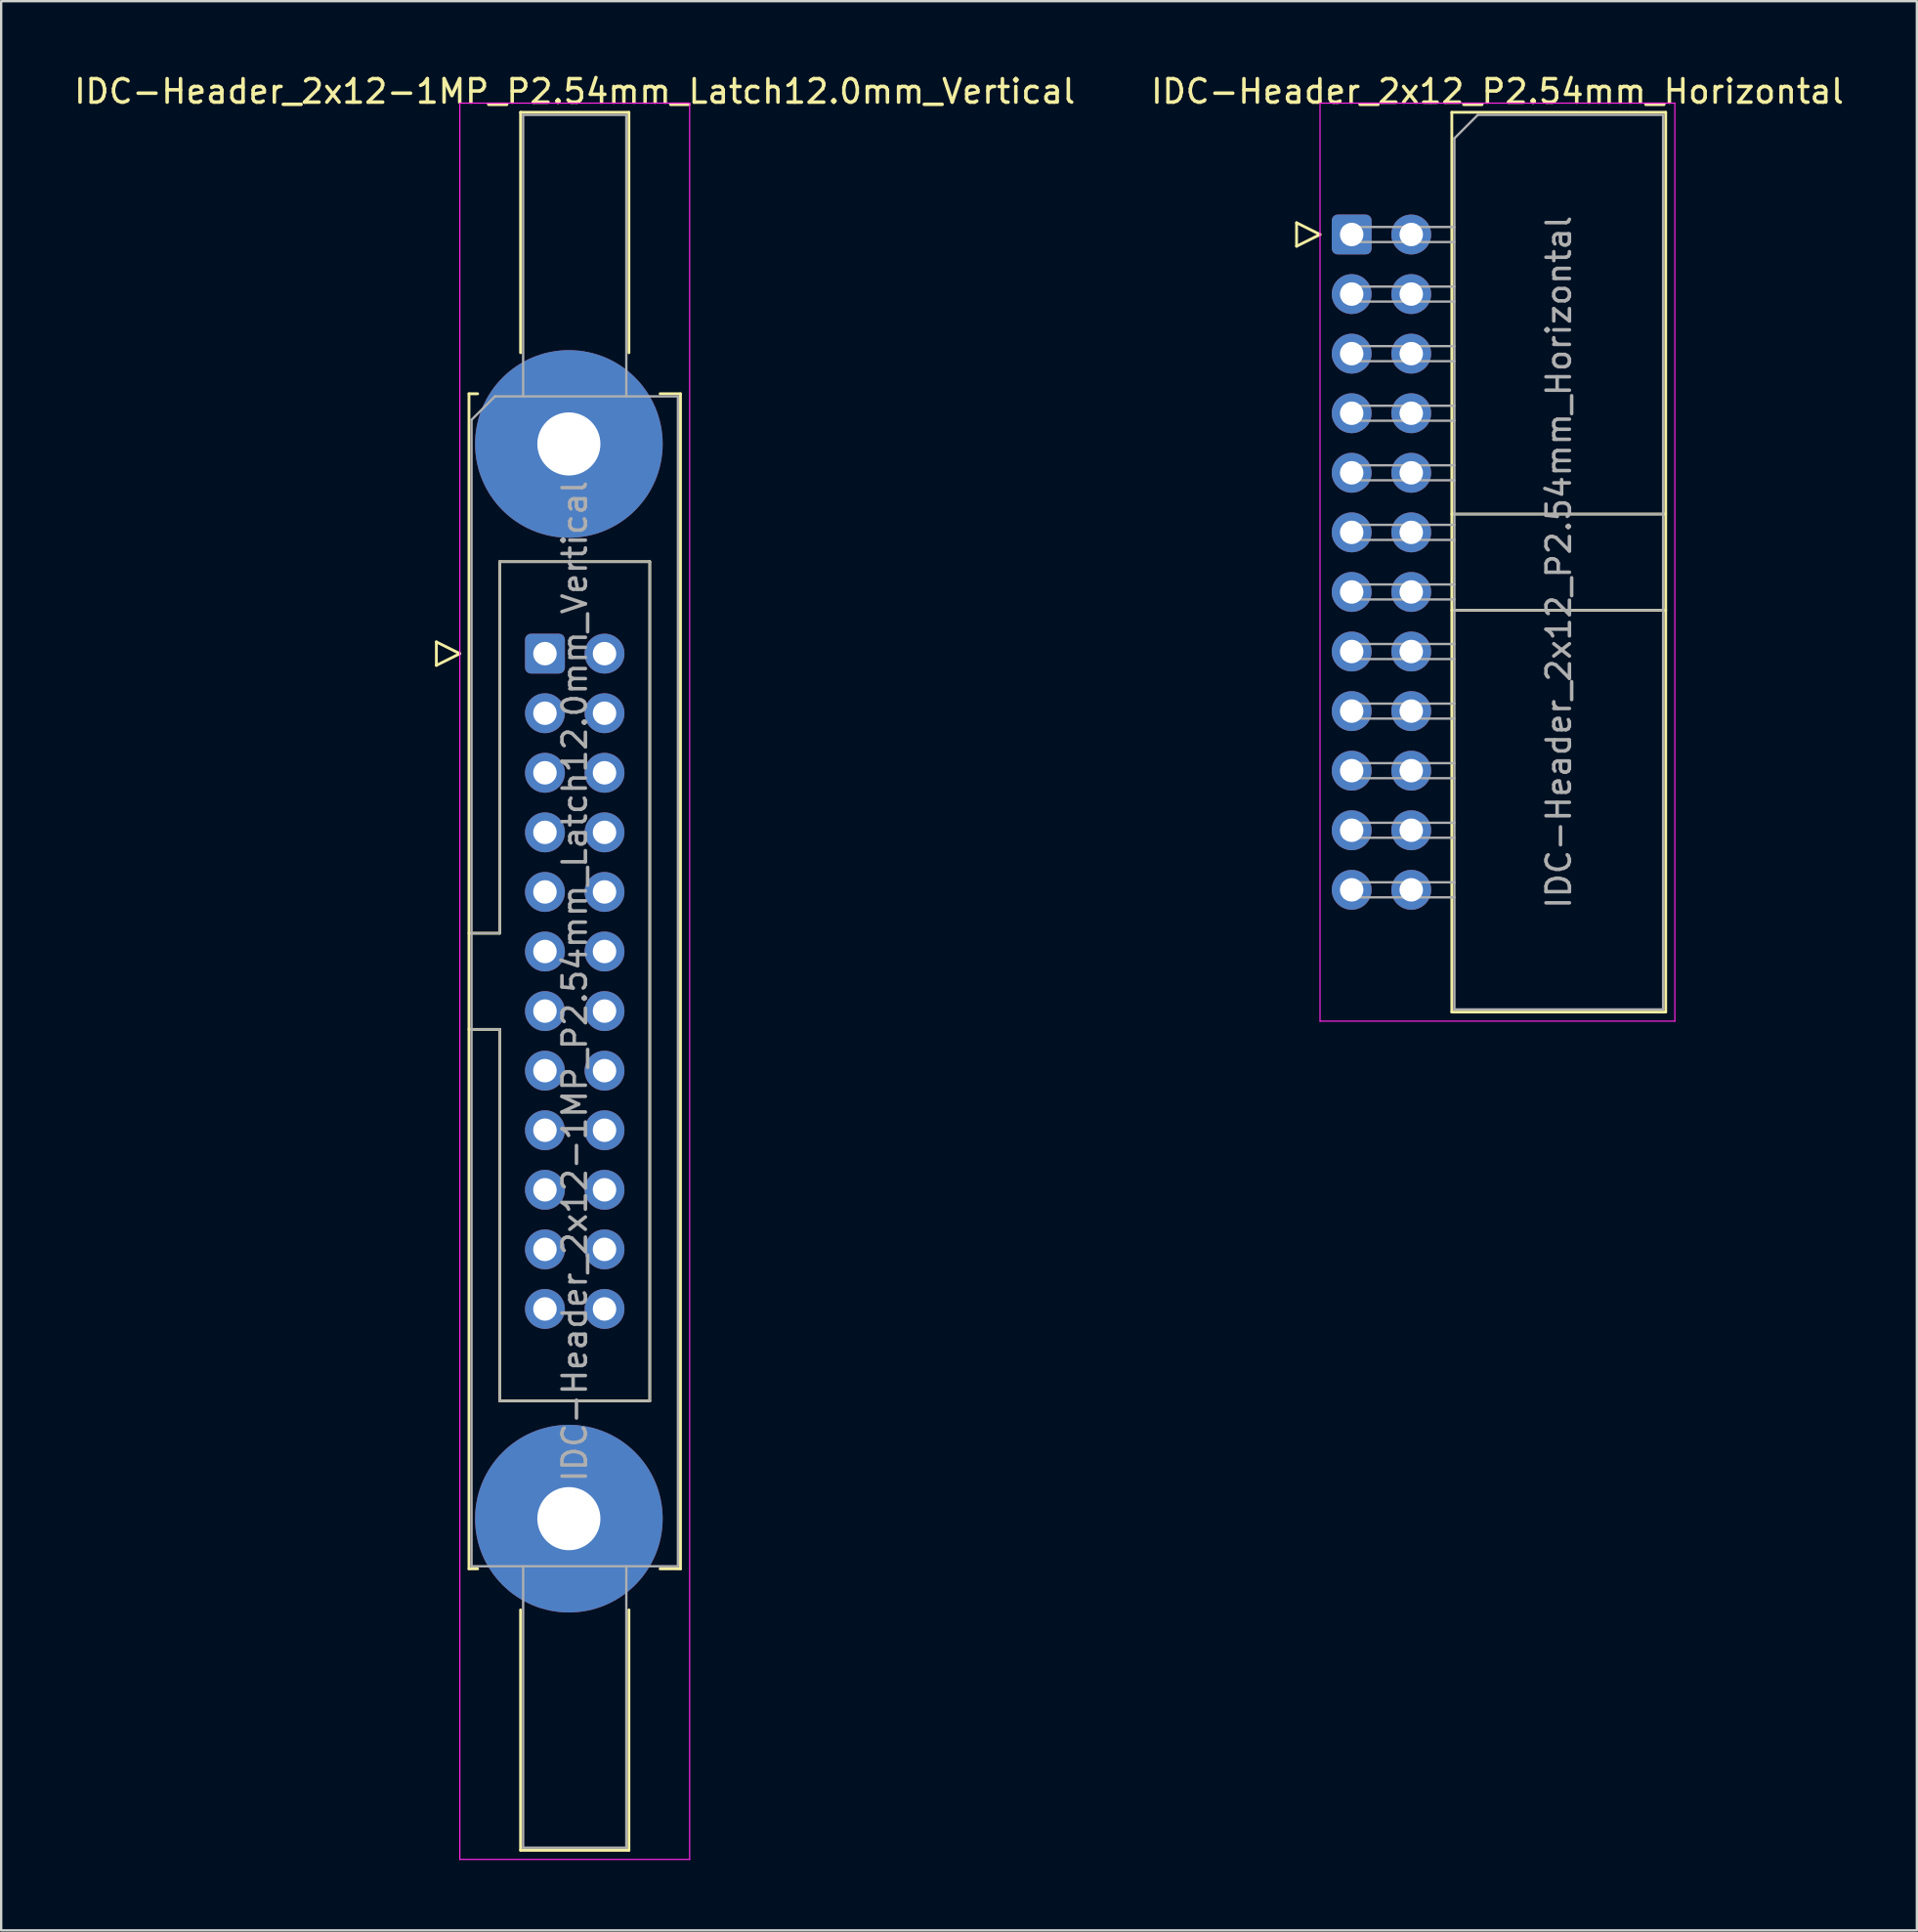
<source format=kicad_pcb>
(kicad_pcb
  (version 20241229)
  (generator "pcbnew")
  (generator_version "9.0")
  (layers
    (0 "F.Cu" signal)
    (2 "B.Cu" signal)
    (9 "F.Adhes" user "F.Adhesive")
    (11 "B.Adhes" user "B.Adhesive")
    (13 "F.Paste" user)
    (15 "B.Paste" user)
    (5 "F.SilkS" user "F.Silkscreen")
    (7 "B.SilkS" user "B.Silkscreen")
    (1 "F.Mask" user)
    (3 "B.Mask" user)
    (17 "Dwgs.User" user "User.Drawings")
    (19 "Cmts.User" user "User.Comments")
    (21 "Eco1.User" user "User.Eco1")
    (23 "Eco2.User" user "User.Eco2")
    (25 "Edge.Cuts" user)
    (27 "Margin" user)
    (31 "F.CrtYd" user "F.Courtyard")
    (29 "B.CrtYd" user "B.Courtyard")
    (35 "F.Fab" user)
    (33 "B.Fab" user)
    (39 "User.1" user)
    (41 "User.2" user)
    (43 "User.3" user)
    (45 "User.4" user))
  (footprint "IDC-Header_2x12-1MP_P2.54mm_Latch12.0mm_Vertical"
    (layer "F.Cu")
    (at 20.188 24.818)
    (property "Reference" "IDC-Header_2x12-1MP_P2.54mm_Latch12.0mm_Vertical" (at 1.27 -23.97 0) (layer "F.SilkS") (effects (font (size 1 1) (thickness 0.15))))
    (attr through_hole)
    (fp_line (start -4.63 -0.5) (end -4.63 0.5) (stroke (width 0.12) (type solid)) (layer "F.SilkS"))
    (fp_line (start -4.63 0.5) (end -3.63 0) (stroke (width 0.12) (type solid)) (layer "F.SilkS"))
    (fp_line (start -3.63 0) (end -4.63 -0.5) (stroke (width 0.12) (type solid)) (layer "F.SilkS"))
    (fp_line (start -3.24 -11.08) (end -3.24 39.02) (stroke (width 0.12) (type solid)) (layer "F.SilkS"))
    (fp_line (start -3.24 11.92) (end -1.93 11.92) (stroke (width 0.12) (type solid)) (layer "F.SilkS"))
    (fp_line (start -3.24 39.02) (end -2.87 39.02) (stroke (width 0.12) (type solid)) (layer "F.SilkS"))
    (fp_line (start -2.87 -11.08) (end -3.24 -11.08) (stroke (width 0.12) (type solid)) (layer "F.SilkS"))
    (fp_line (start -1.93 -3.92) (end 4.47 -3.92) (stroke (width 0.12) (type solid)) (layer "F.SilkS"))
    (fp_line (start -1.93 11.92) (end -1.93 -3.92) (stroke (width 0.12) (type solid)) (layer "F.SilkS"))
    (fp_line (start -1.93 16.02) (end -3.24 16.02) (stroke (width 0.12) (type solid)) (layer "F.SilkS"))
    (fp_line (start -1.93 16.02) (end -1.93 16.02) (stroke (width 0.12) (type solid)) (layer "F.SilkS"))
    (fp_line (start -1.93 31.86) (end -1.93 16.02) (stroke (width 0.12) (type solid)) (layer "F.SilkS"))
    (fp_line (start -1.04 -23.08) (end 3.58 -23.08) (stroke (width 0.12) (type solid)) (layer "F.SilkS"))
    (fp_line (start -1.04 -12.83) (end -1.04 -23.08) (stroke (width 0.12) (type solid)) (layer "F.SilkS"))
    (fp_line (start -1.04 40.77) (end -1.04 51.02) (stroke (width 0.12) (type solid)) (layer "F.SilkS"))
    (fp_line (start -1.04 51.02) (end 3.58 51.02) (stroke (width 0.12) (type solid)) (layer "F.SilkS"))
    (fp_line (start 3.58 -23.08) (end 3.58 -12.83) (stroke (width 0.12) (type solid)) (layer "F.SilkS"))
    (fp_line (start 3.58 51.02) (end 3.58 40.77) (stroke (width 0.12) (type solid)) (layer "F.SilkS"))
    (fp_line (start 4.47 -3.92) (end 4.47 31.86) (stroke (width 0.12) (type solid)) (layer "F.SilkS"))
    (fp_line (start 4.47 31.86) (end -1.93 31.86) (stroke (width 0.12) (type solid)) (layer "F.SilkS"))
    (fp_line (start 4.91 -11.08) (end 5.78 -11.08) (stroke (width 0.12) (type solid)) (layer "F.SilkS"))
    (fp_line (start 5.78 -11.08) (end 5.78 39.02) (stroke (width 0.12) (type solid)) (layer "F.SilkS"))
    (fp_line (start 5.78 39.02) (end 4.91 39.02) (stroke (width 0.12) (type solid)) (layer "F.SilkS"))
    (fp_line (start -3.63 -23.47) (end -3.63 51.41) (stroke (width 0.05) (type solid)) (layer "F.CrtYd"))
    (fp_line (start -3.63 51.41) (end 6.17 51.41) (stroke (width 0.05) (type solid)) (layer "F.CrtYd"))
    (fp_line (start 6.17 -23.47) (end -3.63 -23.47) (stroke (width 0.05) (type solid)) (layer "F.CrtYd"))
    (fp_line (start 6.17 51.41) (end 6.17 -23.47) (stroke (width 0.05) (type solid)) (layer "F.CrtYd"))
    (fp_line (start -3.13 -9.97) (end -2.13 -10.97) (stroke (width 0.1) (type solid)) (layer "F.Fab"))
    (fp_line (start -3.13 11.92) (end -1.93 11.92) (stroke (width 0.1) (type solid)) (layer "F.Fab"))
    (fp_line (start -3.13 38.91) (end -3.13 -9.97) (stroke (width 0.1) (type solid)) (layer "F.Fab"))
    (fp_line (start -2.13 -10.97) (end 5.67 -10.97) (stroke (width 0.1) (type solid)) (layer "F.Fab"))
    (fp_line (start -1.93 -3.92) (end 4.47 -3.92) (stroke (width 0.1) (type solid)) (layer "F.Fab"))
    (fp_line (start -1.93 11.92) (end -1.93 -3.92) (stroke (width 0.1) (type solid)) (layer "F.Fab"))
    (fp_line (start -1.93 16.02) (end -3.13 16.02) (stroke (width 0.1) (type solid)) (layer "F.Fab"))
    (fp_line (start -1.93 16.02) (end -1.93 16.02) (stroke (width 0.1) (type solid)) (layer "F.Fab"))
    (fp_line (start -1.93 31.86) (end -1.93 16.02) (stroke (width 0.1) (type solid)) (layer "F.Fab"))
    (fp_line (start -0.93 -22.97) (end 3.47 -22.97) (stroke (width 0.1) (type solid)) (layer "F.Fab"))
    (fp_line (start -0.93 -10.97) (end -0.93 -22.97) (stroke (width 0.1) (type solid)) (layer "F.Fab"))
    (fp_line (start -0.93 38.91) (end -0.93 50.91) (stroke (width 0.1) (type solid)) (layer "F.Fab"))
    (fp_line (start -0.93 50.91) (end 3.47 50.91) (stroke (width 0.1) (type solid)) (layer "F.Fab"))
    (fp_line (start 3.47 -22.97) (end 3.47 -10.97) (stroke (width 0.1) (type solid)) (layer "F.Fab"))
    (fp_line (start 3.47 50.91) (end 3.47 38.91) (stroke (width 0.1) (type solid)) (layer "F.Fab"))
    (fp_line (start 4.47 -3.92) (end 4.47 31.86) (stroke (width 0.1) (type solid)) (layer "F.Fab"))
    (fp_line (start 4.47 31.86) (end -1.93 31.86) (stroke (width 0.1) (type solid)) (layer "F.Fab"))
    (fp_line (start 5.67 -10.97) (end 5.67 38.91) (stroke (width 0.1) (type solid)) (layer "F.Fab"))
    (fp_line (start 5.67 38.91) (end -3.13 38.91) (stroke (width 0.1) (type solid)) (layer "F.Fab"))
    (fp_text user "${REFERENCE}" (at 1.27 13.97 90) (layer "F.Fab") (effects (font (size 1 1) (thickness 0.15))))
    (pad "1" thru_hole roundrect (at 0 0) (size 1.7 1.7) (drill 1) (layers "*.Cu" "*.Mask") (roundrect_rratio 0.147))
    (pad "2" thru_hole circle (at 2.54 0) (size 1.7 1.7) (drill 1) (layers "*.Cu" "*.Mask"))
    (pad "3" thru_hole circle (at 0 2.54) (size 1.7 1.7) (drill 1) (layers "*.Cu" "*.Mask"))
    (pad "4" thru_hole circle (at 2.54 2.54) (size 1.7 1.7) (drill 1) (layers "*.Cu" "*.Mask"))
    (pad "5" thru_hole circle (at 0 5.08) (size 1.7 1.7) (drill 1) (layers "*.Cu" "*.Mask"))
    (pad "6" thru_hole circle (at 2.54 5.08) (size 1.7 1.7) (drill 1) (layers "*.Cu" "*.Mask"))
    (pad "7" thru_hole circle (at 0 7.62) (size 1.7 1.7) (drill 1) (layers "*.Cu" "*.Mask"))
    (pad "8" thru_hole circle (at 2.54 7.62) (size 1.7 1.7) (drill 1) (layers "*.Cu" "*.Mask"))
    (pad "9" thru_hole circle (at 0 10.16) (size 1.7 1.7) (drill 1) (layers "*.Cu" "*.Mask"))
    (pad "10" thru_hole circle (at 2.54 10.16) (size 1.7 1.7) (drill 1) (layers "*.Cu" "*.Mask"))
    (pad "11" thru_hole circle (at 0 12.7) (size 1.7 1.7) (drill 1) (layers "*.Cu" "*.Mask"))
    (pad "12" thru_hole circle (at 2.54 12.7) (size 1.7 1.7) (drill 1) (layers "*.Cu" "*.Mask"))
    (pad "13" thru_hole circle (at 0 15.24) (size 1.7 1.7) (drill 1) (layers "*.Cu" "*.Mask"))
    (pad "14" thru_hole circle (at 2.54 15.24) (size 1.7 1.7) (drill 1) (layers "*.Cu" "*.Mask"))
    (pad "15" thru_hole circle (at 0 17.78) (size 1.7 1.7) (drill 1) (layers "*.Cu" "*.Mask"))
    (pad "16" thru_hole circle (at 2.54 17.78) (size 1.7 1.7) (drill 1) (layers "*.Cu" "*.Mask"))
    (pad "17" thru_hole circle (at 0 20.32) (size 1.7 1.7) (drill 1) (layers "*.Cu" "*.Mask"))
    (pad "18" thru_hole circle (at 2.54 20.32) (size 1.7 1.7) (drill 1) (layers "*.Cu" "*.Mask"))
    (pad "19" thru_hole circle (at 0 22.86) (size 1.7 1.7) (drill 1) (layers "*.Cu" "*.Mask"))
    (pad "20" thru_hole circle (at 2.54 22.86) (size 1.7 1.7) (drill 1) (layers "*.Cu" "*.Mask"))
    (pad "21" thru_hole circle (at 0 25.4) (size 1.7 1.7) (drill 1) (layers "*.Cu" "*.Mask"))
    (pad "22" thru_hole circle (at 2.54 25.4) (size 1.7 1.7) (drill 1) (layers "*.Cu" "*.Mask"))
    (pad "23" thru_hole circle (at 0 27.94) (size 1.7 1.7) (drill 1) (layers "*.Cu" "*.Mask"))
    (pad "24" thru_hole circle (at 2.54 27.94) (size 1.7 1.7) (drill 1) (layers "*.Cu" "*.Mask"))
    (pad "MP" thru_hole circle (at 1.02 -8.94) (size 8 8) (drill 2.69) (layers "*.Cu" "*.Mask"))
    (pad "MP" thru_hole circle (at 1.02 36.88) (size 8 8) (drill 2.69) (layers "*.Cu" "*.Mask")))
  (footprint "IDC-Header_2x12_P2.54mm_Horizontal"
    (layer "F.Cu")
    (at 54.589 6.948)
    (property "Reference" "IDC-Header_2x12_P2.54mm_Horizontal" (at 6.215 -6.1 0) (layer "F.SilkS") (effects (font (size 1 1) (thickness 0.15))))
    (attr through_hole)
    (fp_line (start -2.35 -0.5) (end -2.35 0.5) (stroke (width 0.12) (type solid)) (layer "F.SilkS"))
    (fp_line (start -2.35 0.5) (end -1.35 0) (stroke (width 0.12) (type solid)) (layer "F.SilkS"))
    (fp_line (start -1.35 0) (end -2.35 -0.5) (stroke (width 0.12) (type solid)) (layer "F.SilkS"))
    (fp_line (start 4.27 -5.21) (end 13.39 -5.21) (stroke (width 0.12) (type solid)) (layer "F.SilkS"))
    (fp_line (start 4.27 11.92) (end 13.39 11.92) (stroke (width 0.12) (type solid)) (layer "F.SilkS"))
    (fp_line (start 4.27 16.02) (end 13.39 16.02) (stroke (width 0.12) (type solid)) (layer "F.SilkS"))
    (fp_line (start 4.27 33.15) (end 4.27 -5.21) (stroke (width 0.12) (type solid)) (layer "F.SilkS"))
    (fp_line (start 13.39 -5.21) (end 13.39 33.15) (stroke (width 0.12) (type solid)) (layer "F.SilkS"))
    (fp_line (start 13.39 33.15) (end 4.27 33.15) (stroke (width 0.12) (type solid)) (layer "F.SilkS"))
    (fp_line (start -1.35 -5.6) (end -1.35 33.54) (stroke (width 0.05) (type solid)) (layer "F.CrtYd"))
    (fp_line (start -1.35 33.54) (end 13.78 33.54) (stroke (width 0.05) (type solid)) (layer "F.CrtYd"))
    (fp_line (start 13.78 -5.6) (end -1.35 -5.6) (stroke (width 0.05) (type solid)) (layer "F.CrtYd"))
    (fp_line (start 13.78 33.54) (end 13.78 -5.6) (stroke (width 0.05) (type solid)) (layer "F.CrtYd"))
    (fp_line (start -0.32 -0.32) (end -0.32 0.32) (stroke (width 0.1) (type solid)) (layer "F.Fab"))
    (fp_line (start -0.32 0.32) (end 4.38 0.32) (stroke (width 0.1) (type solid)) (layer "F.Fab"))
    (fp_line (start -0.32 2.22) (end -0.32 2.86) (stroke (width 0.1) (type solid)) (layer "F.Fab"))
    (fp_line (start -0.32 2.86) (end 4.38 2.86) (stroke (width 0.1) (type solid)) (layer "F.Fab"))
    (fp_line (start -0.32 4.76) (end -0.32 5.4) (stroke (width 0.1) (type solid)) (layer "F.Fab"))
    (fp_line (start -0.32 5.4) (end 4.38 5.4) (stroke (width 0.1) (type solid)) (layer "F.Fab"))
    (fp_line (start -0.32 7.3) (end -0.32 7.94) (stroke (width 0.1) (type solid)) (layer "F.Fab"))
    (fp_line (start -0.32 7.94) (end 4.38 7.94) (stroke (width 0.1) (type solid)) (layer "F.Fab"))
    (fp_line (start -0.32 9.84) (end -0.32 10.48) (stroke (width 0.1) (type solid)) (layer "F.Fab"))
    (fp_line (start -0.32 10.48) (end 4.38 10.48) (stroke (width 0.1) (type solid)) (layer "F.Fab"))
    (fp_line (start -0.32 12.38) (end -0.32 13.02) (stroke (width 0.1) (type solid)) (layer "F.Fab"))
    (fp_line (start -0.32 13.02) (end 4.38 13.02) (stroke (width 0.1) (type solid)) (layer "F.Fab"))
    (fp_line (start -0.32 14.92) (end -0.32 15.56) (stroke (width 0.1) (type solid)) (layer "F.Fab"))
    (fp_line (start -0.32 15.56) (end 4.38 15.56) (stroke (width 0.1) (type solid)) (layer "F.Fab"))
    (fp_line (start -0.32 17.46) (end -0.32 18.1) (stroke (width 0.1) (type solid)) (layer "F.Fab"))
    (fp_line (start -0.32 18.1) (end 4.38 18.1) (stroke (width 0.1) (type solid)) (layer "F.Fab"))
    (fp_line (start -0.32 20) (end -0.32 20.64) (stroke (width 0.1) (type solid)) (layer "F.Fab"))
    (fp_line (start -0.32 20.64) (end 4.38 20.64) (stroke (width 0.1) (type solid)) (layer "F.Fab"))
    (fp_line (start -0.32 22.54) (end -0.32 23.18) (stroke (width 0.1) (type solid)) (layer "F.Fab"))
    (fp_line (start -0.32 23.18) (end 4.38 23.18) (stroke (width 0.1) (type solid)) (layer "F.Fab"))
    (fp_line (start -0.32 25.08) (end -0.32 25.72) (stroke (width 0.1) (type solid)) (layer "F.Fab"))
    (fp_line (start -0.32 25.72) (end 4.38 25.72) (stroke (width 0.1) (type solid)) (layer "F.Fab"))
    (fp_line (start -0.32 27.62) (end -0.32 28.26) (stroke (width 0.1) (type solid)) (layer "F.Fab"))
    (fp_line (start -0.32 28.26) (end 4.38 28.26) (stroke (width 0.1) (type solid)) (layer "F.Fab"))
    (fp_line (start 4.38 -4.1) (end 5.38 -5.1) (stroke (width 0.1) (type solid)) (layer "F.Fab"))
    (fp_line (start 4.38 -0.32) (end -0.32 -0.32) (stroke (width 0.1) (type solid)) (layer "F.Fab"))
    (fp_line (start 4.38 2.22) (end -0.32 2.22) (stroke (width 0.1) (type solid)) (layer "F.Fab"))
    (fp_line (start 4.38 4.76) (end -0.32 4.76) (stroke (width 0.1) (type solid)) (layer "F.Fab"))
    (fp_line (start 4.38 7.3) (end -0.32 7.3) (stroke (width 0.1) (type solid)) (layer "F.Fab"))
    (fp_line (start 4.38 9.84) (end -0.32 9.84) (stroke (width 0.1) (type solid)) (layer "F.Fab"))
    (fp_line (start 4.38 11.92) (end 13.28 11.92) (stroke (width 0.1) (type solid)) (layer "F.Fab"))
    (fp_line (start 4.38 12.38) (end -0.32 12.38) (stroke (width 0.1) (type solid)) (layer "F.Fab"))
    (fp_line (start 4.38 14.92) (end -0.32 14.92) (stroke (width 0.1) (type solid)) (layer "F.Fab"))
    (fp_line (start 4.38 16.02) (end 13.28 16.02) (stroke (width 0.1) (type solid)) (layer "F.Fab"))
    (fp_line (start 4.38 17.46) (end -0.32 17.46) (stroke (width 0.1) (type solid)) (layer "F.Fab"))
    (fp_line (start 4.38 20) (end -0.32 20) (stroke (width 0.1) (type solid)) (layer "F.Fab"))
    (fp_line (start 4.38 22.54) (end -0.32 22.54) (stroke (width 0.1) (type solid)) (layer "F.Fab"))
    (fp_line (start 4.38 25.08) (end -0.32 25.08) (stroke (width 0.1) (type solid)) (layer "F.Fab"))
    (fp_line (start 4.38 27.62) (end -0.32 27.62) (stroke (width 0.1) (type solid)) (layer "F.Fab"))
    (fp_line (start 4.38 33.04) (end 4.38 -4.1) (stroke (width 0.1) (type solid)) (layer "F.Fab"))
    (fp_line (start 5.38 -5.1) (end 13.28 -5.1) (stroke (width 0.1) (type solid)) (layer "F.Fab"))
    (fp_line (start 13.28 -5.1) (end 13.28 33.04) (stroke (width 0.1) (type solid)) (layer "F.Fab"))
    (fp_line (start 13.28 33.04) (end 4.38 33.04) (stroke (width 0.1) (type solid)) (layer "F.Fab"))
    (fp_text user "${REFERENCE}" (at 8.83 13.97 90) (layer "F.Fab") (effects (font (size 1 1) (thickness 0.15))))
    (pad "1" thru_hole roundrect (at 0 0) (size 1.7 1.7) (drill 1) (layers "*.Cu" "*.Mask") (roundrect_rratio 0.147))
    (pad "2" thru_hole circle (at 2.54 0) (size 1.7 1.7) (drill 1) (layers "*.Cu" "*.Mask"))
    (pad "3" thru_hole circle (at 0 2.54) (size 1.7 1.7) (drill 1) (layers "*.Cu" "*.Mask"))
    (pad "4" thru_hole circle (at 2.54 2.54) (size 1.7 1.7) (drill 1) (layers "*.Cu" "*.Mask"))
    (pad "5" thru_hole circle (at 0 5.08) (size 1.7 1.7) (drill 1) (layers "*.Cu" "*.Mask"))
    (pad "6" thru_hole circle (at 2.54 5.08) (size 1.7 1.7) (drill 1) (layers "*.Cu" "*.Mask"))
    (pad "7" thru_hole circle (at 0 7.62) (size 1.7 1.7) (drill 1) (layers "*.Cu" "*.Mask"))
    (pad "8" thru_hole circle (at 2.54 7.62) (size 1.7 1.7) (drill 1) (layers "*.Cu" "*.Mask"))
    (pad "9" thru_hole circle (at 0 10.16) (size 1.7 1.7) (drill 1) (layers "*.Cu" "*.Mask"))
    (pad "10" thru_hole circle (at 2.54 10.16) (size 1.7 1.7) (drill 1) (layers "*.Cu" "*.Mask"))
    (pad "11" thru_hole circle (at 0 12.7) (size 1.7 1.7) (drill 1) (layers "*.Cu" "*.Mask"))
    (pad "12" thru_hole circle (at 2.54 12.7) (size 1.7 1.7) (drill 1) (layers "*.Cu" "*.Mask"))
    (pad "13" thru_hole circle (at 0 15.24) (size 1.7 1.7) (drill 1) (layers "*.Cu" "*.Mask"))
    (pad "14" thru_hole circle (at 2.54 15.24) (size 1.7 1.7) (drill 1) (layers "*.Cu" "*.Mask"))
    (pad "15" thru_hole circle (at 0 17.78) (size 1.7 1.7) (drill 1) (layers "*.Cu" "*.Mask"))
    (pad "16" thru_hole circle (at 2.54 17.78) (size 1.7 1.7) (drill 1) (layers "*.Cu" "*.Mask"))
    (pad "17" thru_hole circle (at 0 20.32) (size 1.7 1.7) (drill 1) (layers "*.Cu" "*.Mask"))
    (pad "18" thru_hole circle (at 2.54 20.32) (size 1.7 1.7) (drill 1) (layers "*.Cu" "*.Mask"))
    (pad "19" thru_hole circle (at 0 22.86) (size 1.7 1.7) (drill 1) (layers "*.Cu" "*.Mask"))
    (pad "20" thru_hole circle (at 2.54 22.86) (size 1.7 1.7) (drill 1) (layers "*.Cu" "*.Mask"))
    (pad "21" thru_hole circle (at 0 25.4) (size 1.7 1.7) (drill 1) (layers "*.Cu" "*.Mask"))
    (pad "22" thru_hole circle (at 2.54 25.4) (size 1.7 1.7) (drill 1) (layers "*.Cu" "*.Mask"))
    (pad "23" thru_hole circle (at 0 27.94) (size 1.7 1.7) (drill 1) (layers "*.Cu" "*.Mask"))
    (pad "24" thru_hole circle (at 2.54 27.94) (size 1.7 1.7) (drill 1) (layers "*.Cu" "*.Mask")))
  (gr_rect
    (start -3 -3)
    (end 78.69 79.253)
    (stroke (width 0.1) (type default))
    (fill no)
    (layer "Edge.Cuts")))
</source>
